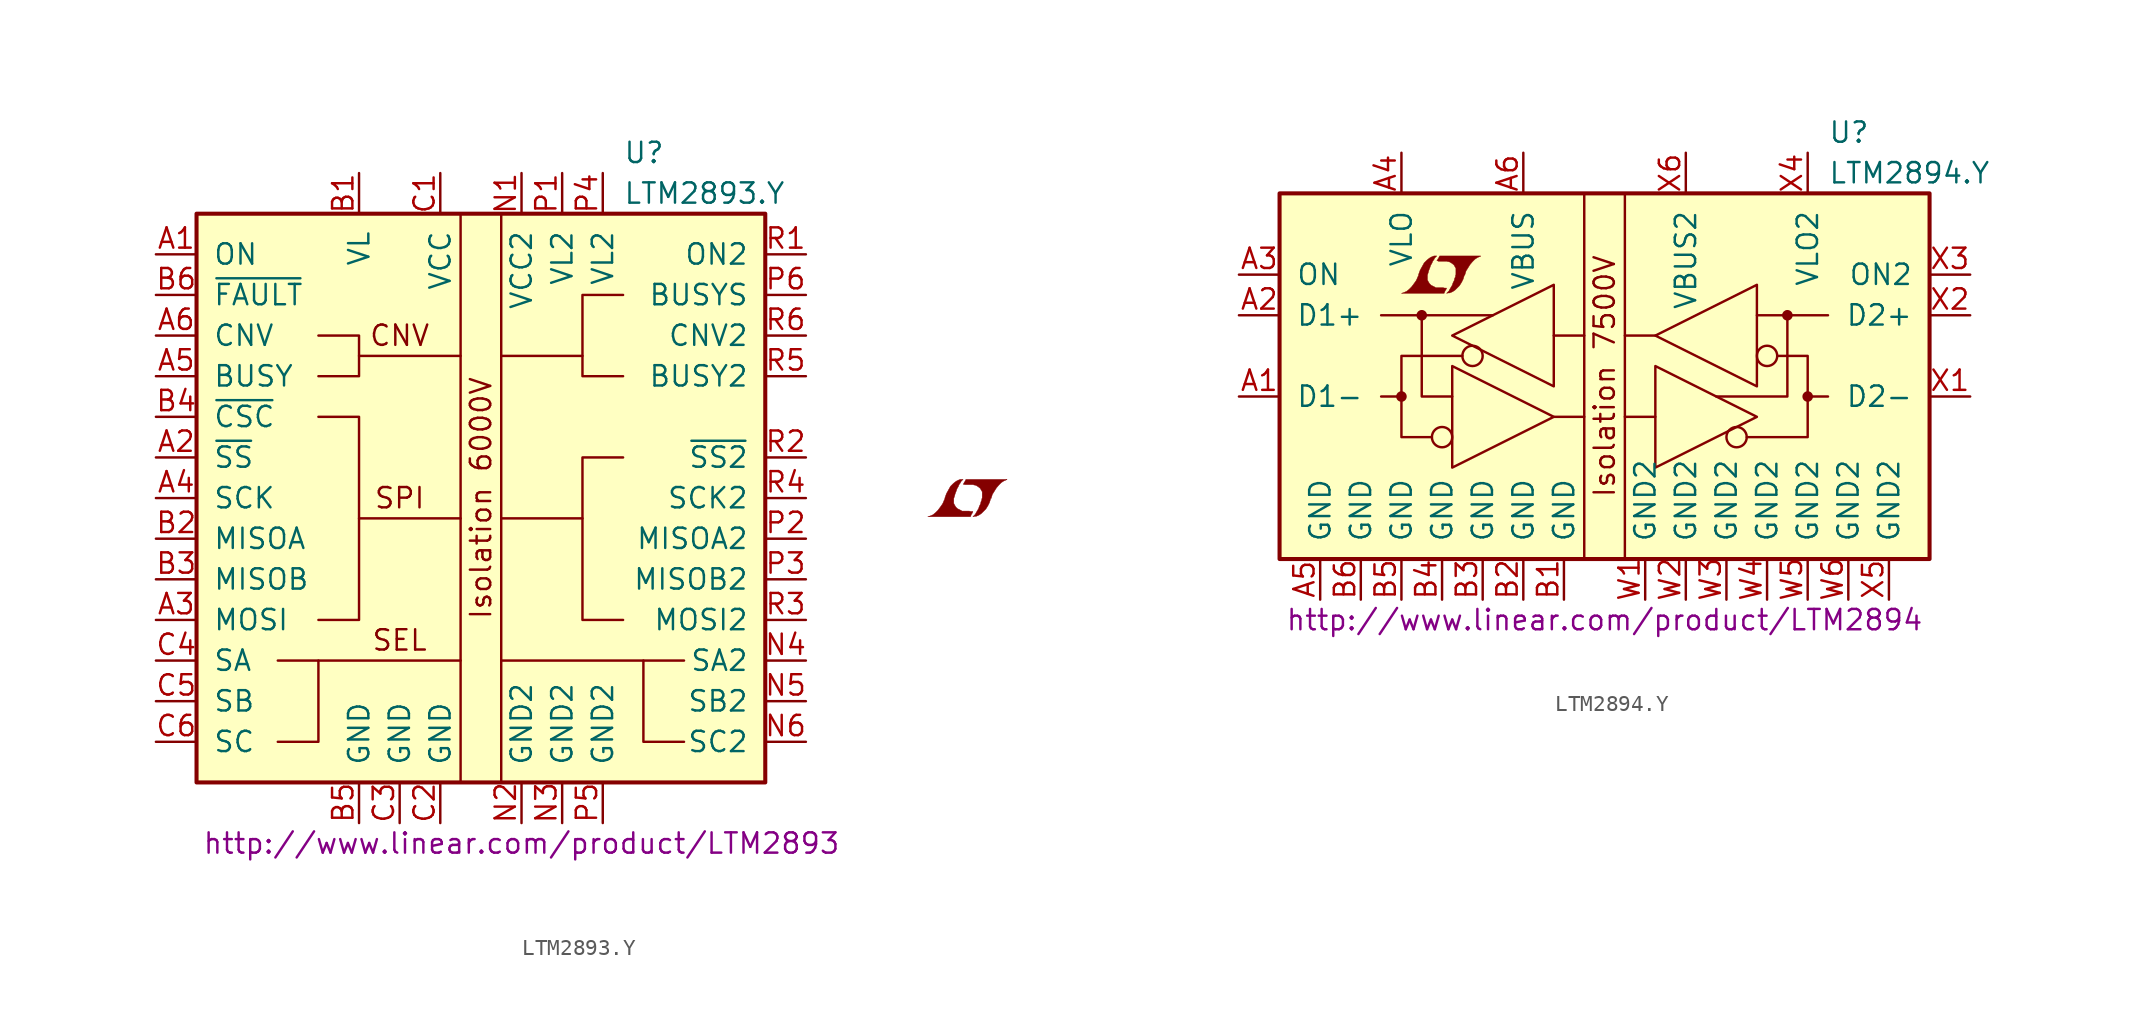
<source format=kicad_sym>
(kicad_symbol_lib
  (version 20201005)
  (generator kicad_symbol_editor)
  (symbol "LTM2893.Y"
    (pin_names
      (offset 1.016))
    (property "Reference" "U"
      (at 8.89 21.59 0)
      (effects (font (size 1.27 1.27)) (justify left)))
    (property "Value" "LTM2893.Y"
      (at 8.89 19.05 0)
      (effects (font (size 1.27 1.27)) (justify left)))
    (property "Datasheet" "http://www.linear.com/product/LTM2893"
      (at 2.54 -21.59 0)
      (effects (font (size 1.27 1.27))))
    (symbol "LTM2893.Y_0_0"
      (text "CNV" (at -5.08 10.16 0) (effects (font (size 1.27 1.27))))
      (text "Isolation 6000V" (at 0 0 900) (effects (font (size 1.27 1.27))))
      (text "SEL" (at -5.08 -8.89 0) (effects (font (size 1.27 1.27))))
      (text "SPI" (at -5.08 0 0) (effects (font (size 1.27 1.27))))
      (polyline (pts (xy -10.16 -10.16) (xy -1.27 -10.16)) (stroke (width 0)) (fill (type none)))
      (polyline (pts (xy -7.62 -1.27) (xy -1.27 -1.27)) (stroke (width 0)) (fill (type none)))
      (polyline (pts (xy -7.62 8.89) (xy -1.27 8.89)) (stroke (width 0)) (fill (type none)))
      (polyline (pts (xy 1.27 -10.16) (xy 10.16 -10.16)) (stroke (width 0)) (fill (type none)))
      (polyline (pts (xy 1.27 -1.27) (xy 6.35 -1.27)) (stroke (width 0)) (fill (type none)))
      (polyline (pts (xy 1.27 8.89) (xy 6.35 8.89)) (stroke (width 0)) (fill (type none)))
      (polyline (pts (xy -12.7 -15.24) (xy -10.16 -15.24) (xy -10.16 -10.16) (xy -12.7 -10.16)) (stroke (width 0)) (fill (type none)))
      (polyline (pts (xy -10.16 -7.62) (xy -7.62 -7.62) (xy -7.62 5.08) (xy -10.16 5.08)) (stroke (width 0)) (fill (type none)))
      (polyline (pts (xy -10.16 7.62) (xy -7.62 7.62) (xy -7.62 10.16) (xy -10.16 10.16)) (stroke (width 0)) (fill (type none)))
      (polyline (pts (xy 8.89 2.54) (xy 6.35 2.54) (xy 6.35 -7.62) (xy 8.89 -7.62)) (stroke (width 0)) (fill (type none)))
      (polyline (pts (xy 8.89 7.62) (xy 6.35 7.62) (xy 6.35 12.7) (xy 8.89 12.7)) (stroke (width 0)) (fill (type none)))
      (polyline (pts (xy 12.7 -10.16) (xy 10.16 -10.16) (xy 10.16 -15.24) (xy 12.7 -15.24)) (stroke (width 0)) (fill (type none)))
      (polyline (pts (xy 30.683 -0.991) (xy 30.709 -0.965) (xy 30.759 -0.864) (xy 30.759 -0.838) (xy 30.632 -0.838) (xy 30.531 -0.813) (xy 30.074 -0.813) (xy 30.048 -0.787) (xy 29.794 -0.66) (xy 29.693 -0.559) (xy 29.616 -0.432) (xy 29.566 -0.33) (xy 29.566 -0.025) (xy 29.616 0.127) (xy 29.642 0.229) (xy 29.667 0.305) (xy 29.718 0.432) (xy 29.769 0.584) (xy 29.845 0.711) (xy 29.896 0.838) (xy 29.972 0.94) (xy 30.023 1.041) (xy 30.15 1.168) (xy 29.972 1.168) (xy 29.845 1.118) (xy 29.743 1.067) (xy 29.667 1.016) (xy 29.54 0.914) (xy 29.362 0.737) (xy 29.108 0.279) (xy 29.007 0) (xy 29.007 -0.051) (xy 28.956 -0.152) (xy 28.905 -0.279) (xy 28.854 -0.381) (xy 28.727 -0.559) (xy 28.575 -0.762) (xy 28.423 -0.914) (xy 28.27 -1.041) (xy 28.092 -1.118) (xy 27.94 -1.168) (xy 30.607 -1.168) (xy 30.683 -0.991)) (stroke (width 0.025)) (fill (type outline)))
      (polyline (pts (xy 30.886 -1.143) (xy 30.963 -1.143) (xy 31.14 -1.067) (xy 31.293 -0.965) (xy 31.572 -0.686) (xy 31.699 -0.483) (xy 31.801 -0.279) (xy 31.877 -0.025) (xy 31.902 -0.025) (xy 31.979 0.229) (xy 32.233 0.635) (xy 32.385 0.813) (xy 32.537 0.965) (xy 32.69 1.067) (xy 32.868 1.143) (xy 32.893 1.143) (xy 32.893 1.168) (xy 30.328 1.168) (xy 30.251 1.016) (xy 30.226 0.991) (xy 30.175 0.889) (xy 30.15 0.864) (xy 30.201 0.864) (xy 30.251 0.838) (xy 30.785 0.838) (xy 30.836 0.813) (xy 30.886 0.813) (xy 30.963 0.787) (xy 31.09 0.711) (xy 31.217 0.61) (xy 31.293 0.483) (xy 31.318 0.432) (xy 31.344 0.406) (xy 31.344 0) (xy 31.318 -0.051) (xy 31.318 -0.127) (xy 31.267 -0.229) (xy 31.242 -0.356) (xy 31.166 -0.508) (xy 31.115 -0.66) (xy 30.963 -0.914) (xy 30.912 -1.016) (xy 30.759 -1.168) (xy 30.886 -1.143)) (stroke (width 0.025)) (fill (type outline))))
    (symbol "LTM2893.Y_0_1"
      (rectangle (start -17.78 17.78) (end 17.78 -17.78) (stroke (width 0.254)) (fill (type background)))
      (rectangle (start -1.27 17.78) (end 1.27 -17.78) (stroke (width 0)) (fill (type none))))
    (symbol "LTM2893.Y_1_1"
      (pin input line (at -20.32 15.24 0) (length 2.54) (name "ON" (effects (font (size 1.27 1.27)))) (number "A1" (effects (font (size 1.27 1.27)))))
      (pin input line (at -20.32 2.54 0) (length 2.54) (name "~SS~" (effects (font (size 1.27 1.27)))) (number "A2" (effects (font (size 1.27 1.27)))))
      (pin input line (at -20.32 -7.62 0) (length 2.54) (name "MOSI" (effects (font (size 1.27 1.27)))) (number "A3" (effects (font (size 1.27 1.27)))))
      (pin input line (at -20.32 0 0) (length 2.54) (name "SCK" (effects (font (size 1.27 1.27)))) (number "A4" (effects (font (size 1.27 1.27)))))
      (pin output line (at -20.32 7.62 0) (length 2.54) (name "BUSY" (effects (font (size 1.27 1.27)))) (number "A5" (effects (font (size 1.27 1.27)))))
      (pin input line (at -20.32 10.16 0) (length 2.54) (name "CNV" (effects (font (size 1.27 1.27)))) (number "A6" (effects (font (size 1.27 1.27)))))
      (pin power_in line (at -7.62 20.32 270) (length 2.54) (name "VL" (effects (font (size 1.27 1.27)))) (number "B1" (effects (font (size 1.27 1.27)))))
      (pin output line (at -20.32 -2.54 0) (length 2.54) (name "MISOA" (effects (font (size 1.27 1.27)))) (number "B2" (effects (font (size 1.27 1.27)))))
      (pin output line (at -20.32 -5.08 0) (length 2.54) (name "MISOB" (effects (font (size 1.27 1.27)))) (number "B3" (effects (font (size 1.27 1.27)))))
      (pin input line (at -20.32 5.08 0) (length 2.54) (name "~CSC~" (effects (font (size 1.27 1.27)))) (number "B4" (effects (font (size 1.27 1.27)))))
      (pin power_in line (at -7.62 -20.32 90) (length 2.54) (name "GND" (effects (font (size 1.27 1.27)))) (number "B5" (effects (font (size 1.27 1.27)))))
      (pin open_collector line (at -20.32 12.7 0) (length 2.54) (name "~FAULT~" (effects (font (size 1.27 1.27)))) (number "B6" (effects (font (size 1.27 1.27)))))
      (pin power_in line (at -2.54 20.32 270) (length 2.54) (name "VCC" (effects (font (size 1.27 1.27)))) (number "C1" (effects (font (size 1.27 1.27)))))
      (pin power_in line (at -2.54 -20.32 90) (length 2.54) (name "GND" (effects (font (size 1.27 1.27)))) (number "C2" (effects (font (size 1.27 1.27)))))
      (pin power_in line (at -5.08 -20.32 90) (length 2.54) (name "GND" (effects (font (size 1.27 1.27)))) (number "C3" (effects (font (size 1.27 1.27)))))
      (pin input line (at -20.32 -10.16 0) (length 2.54) (name "SA" (effects (font (size 1.27 1.27)))) (number "C4" (effects (font (size 1.27 1.27)))))
      (pin input line (at -20.32 -12.7 0) (length 2.54) (name "SB" (effects (font (size 1.27 1.27)))) (number "C5" (effects (font (size 1.27 1.27)))))
      (pin input line (at -20.32 -15.24 0) (length 2.54) (name "SC" (effects (font (size 1.27 1.27)))) (number "C6" (effects (font (size 1.27 1.27)))))
      (pin power_out line (at 2.54 20.32 270) (length 2.54) (name "VCC2" (effects (font (size 1.27 1.27)))) (number "N1" (effects (font (size 1.27 1.27)))))
      (pin power_out line (at 2.54 -20.32 90) (length 2.54) (name "GND2" (effects (font (size 1.27 1.27)))) (number "N2" (effects (font (size 1.27 1.27)))))
      (pin power_in line (at 5.08 -20.32 90) (length 2.54) (name "GND2" (effects (font (size 1.27 1.27)))) (number "N3" (effects (font (size 1.27 1.27)))))
      (pin output line (at 20.32 -10.16 180) (length 2.54) (name "SA2" (effects (font (size 1.27 1.27)))) (number "N4" (effects (font (size 1.27 1.27)))))
      (pin output line (at 20.32 -12.7 180) (length 2.54) (name "SB2" (effects (font (size 1.27 1.27)))) (number "N5" (effects (font (size 1.27 1.27)))))
      (pin output line (at 20.32 -15.24 180) (length 2.54) (name "SC2" (effects (font (size 1.27 1.27)))) (number "N6" (effects (font (size 1.27 1.27)))))
      (pin power_in line (at 5.08 20.32 270) (length 2.54) (name "VL2" (effects (font (size 1.27 1.27)))) (number "P1" (effects (font (size 1.27 1.27)))))
      (pin input line (at 20.32 -2.54 180) (length 2.54) (name "MISOA2" (effects (font (size 1.27 1.27)))) (number "P2" (effects (font (size 1.27 1.27)))))
      (pin input line (at 20.32 -5.08 180) (length 2.54) (name "MISOB2" (effects (font (size 1.27 1.27)))) (number "P3" (effects (font (size 1.27 1.27)))))
      (pin power_in line (at 7.62 20.32 270) (length 2.54) (name "VL2" (effects (font (size 1.27 1.27)))) (number "P4" (effects (font (size 1.27 1.27)))))
      (pin power_in line (at 7.62 -20.32 90) (length 2.54) (name "GND2" (effects (font (size 1.27 1.27)))) (number "P5" (effects (font (size 1.27 1.27)))))
      (pin input line (at 20.32 12.7 180) (length 2.54) (name "BUSYS" (effects (font (size 1.27 1.27)))) (number "P6" (effects (font (size 1.27 1.27)))))
      (pin input line (at 20.32 15.24 180) (length 2.54) (name "ON2" (effects (font (size 1.27 1.27)))) (number "R1" (effects (font (size 1.27 1.27)))))
      (pin output line (at 20.32 2.54 180) (length 2.54) (name "~SS2~" (effects (font (size 1.27 1.27)))) (number "R2" (effects (font (size 1.27 1.27)))))
      (pin output line (at 20.32 -7.62 180) (length 2.54) (name "MOSI2" (effects (font (size 1.27 1.27)))) (number "R3" (effects (font (size 1.27 1.27)))))
      (pin output line (at 20.32 0 180) (length 2.54) (name "SCK2" (effects (font (size 1.27 1.27)))) (number "R4" (effects (font (size 1.27 1.27)))))
      (pin input line (at 20.32 7.62 180) (length 2.54) (name "BUSY2" (effects (font (size 1.27 1.27)))) (number "R5" (effects (font (size 1.27 1.27)))))
      (pin output line (at 20.32 10.16 180) (length 2.54) (name "CNV2" (effects (font (size 1.27 1.27)))) (number "R6" (effects (font (size 1.27 1.27)))))))
  (symbol "LTM2894.Y"
    (pin_names
      (offset 1.016))
    (property "Reference" "U"
      (at 13.97 16.51 0)
      (effects (font (size 1.27 1.27)) (justify left)))
    (property "Value" "LTM2894.Y"
      (at 13.97 13.97 0)
      (effects (font (size 1.27 1.27)) (justify left)))
    (property "Datasheet" "http://www.linear.com/product/LTM2894"
      (at 0 -13.97 0)
      (effects (font (size 1.27 1.27))))
    (symbol "LTM2894.Y_0_0"
      (text "Isolation 7500V" (at 0 1.27 900) (effects (font (size 1.27 1.27))))
      (polyline (pts (xy -9.957 6.629) (xy -9.931 6.655) (xy -9.881 6.756) (xy -9.881 6.782) (xy -10.008 6.782) (xy -10.109 6.807) (xy -10.566 6.807) (xy -10.592 6.833) (xy -10.846 6.96) (xy -10.947 7.061) (xy -11.024 7.188) (xy -11.074 7.29) (xy -11.074 7.595) (xy -11.024 7.747) (xy -10.998 7.849) (xy -10.973 7.925) (xy -10.922 8.052) (xy -10.871 8.204) (xy -10.795 8.331) (xy -10.744 8.458) (xy -10.668 8.56) (xy -10.617 8.661) (xy -10.49 8.788) (xy -10.668 8.788) (xy -10.795 8.738) (xy -10.897 8.687) (xy -10.973 8.636) (xy -11.1 8.534) (xy -11.278 8.357) (xy -11.532 7.899) (xy -11.633 7.62) (xy -11.633 7.569) (xy -11.684 7.468) (xy -11.735 7.341) (xy -11.786 7.239) (xy -11.913 7.061) (xy -12.065 6.858) (xy -12.217 6.706) (xy -12.37 6.579) (xy -12.548 6.502) (xy -12.7 6.452) (xy -10.033 6.452) (xy -9.957 6.629)) (stroke (width 0.025)) (fill (type outline)))
      (polyline (pts (xy -9.754 6.477) (xy -9.677 6.477) (xy -9.5 6.553) (xy -9.347 6.655) (xy -9.068 6.934) (xy -8.941 7.137) (xy -8.839 7.341) (xy -8.763 7.595) (xy -8.738 7.595) (xy -8.661 7.849) (xy -8.407 8.255) (xy -8.255 8.433) (xy -8.103 8.585) (xy -7.95 8.687) (xy -7.772 8.763) (xy -7.747 8.763) (xy -7.747 8.788) (xy -10.312 8.788) (xy -10.389 8.636) (xy -10.414 8.611) (xy -10.465 8.509) (xy -10.49 8.484) (xy -10.439 8.484) (xy -10.389 8.458) (xy -9.855 8.458) (xy -9.804 8.433) (xy -9.754 8.433) (xy -9.677 8.407) (xy -9.55 8.331) (xy -9.423 8.23) (xy -9.347 8.103) (xy -9.322 8.052) (xy -9.296 8.026) (xy -9.296 7.62) (xy -9.322 7.569) (xy -9.322 7.493) (xy -9.373 7.391) (xy -9.398 7.264) (xy -9.474 7.112) (xy -9.525 6.96) (xy -9.677 6.706) (xy -9.728 6.604) (xy -9.881 6.452) (xy -9.754 6.477)) (stroke (width 0.025)) (fill (type outline))))
    (symbol "LTM2894.Y_0_1"
      (circle (center -12.7 0) (radius 0.254) (stroke (width 0)) (fill (type outline)))
      (circle (center -11.43 5.08) (radius 0.254) (stroke (width 0)) (fill (type outline)))
      (circle (center -10.16 -2.54) (radius 0.635) (stroke (width 0)) (fill (type none)))
      (circle (center -8.255 2.54) (radius 0.635) (stroke (width 0)) (fill (type none)))
      (circle (center 8.255 -2.54) (radius 0.635) (stroke (width 0)) (fill (type none)))
      (circle (center 10.16 2.54) (radius 0.635) (stroke (width 0)) (fill (type none)))
      (circle (center 11.43 5.08) (radius 0.254) (stroke (width 0)) (fill (type outline)))
      (circle (center 12.7 0) (radius 0.254) (stroke (width 0)) (fill (type outline)))
      (rectangle (start -20.32 12.7) (end 20.32 -10.16) (stroke (width 0.254)) (fill (type background)))
      (rectangle (start -1.27 12.7) (end 1.27 -10.16) (stroke (width 0)) (fill (type none)))
      (polyline (pts (xy -13.97 5.08) (xy -6.985 5.08)) (stroke (width 0)) (fill (type none)))
      (polyline (pts (xy -12.7 0) (xy -13.97 0)) (stroke (width 0)) (fill (type none)))
      (polyline (pts (xy -3.175 -1.27) (xy -1.27 -1.27)) (stroke (width 0)) (fill (type none)))
      (polyline (pts (xy -3.175 3.81) (xy -1.27 3.81)) (stroke (width 0)) (fill (type none)))
      (polyline (pts (xy 3.175 -1.27) (xy 1.27 -1.27)) (stroke (width 0)) (fill (type none)))
      (polyline (pts (xy 3.175 3.81) (xy 1.27 3.81)) (stroke (width 0)) (fill (type none)))
      (polyline (pts (xy 12.7 0) (xy 13.97 0)) (stroke (width 0)) (fill (type none)))
      (polyline (pts (xy 13.97 5.08) (xy 9.525 5.08)) (stroke (width 0)) (fill (type none)))
      (polyline (pts (xy -11.43 5.08) (xy -11.43 0) (xy -9.525 0)) (stroke (width 0)) (fill (type none)))
      (polyline (pts (xy 11.43 5.08) (xy 11.43 0) (xy 6.985 0)) (stroke (width 0)) (fill (type none)))
      (polyline (pts (xy -8.89 2.54) (xy -12.7 2.54) (xy -12.7 -2.54) (xy -10.795 -2.54)) (stroke (width 0)) (fill (type none)))
      (polyline (pts (xy -3.175 -1.27) (xy -9.525 1.905) (xy -9.525 -4.445) (xy -3.175 -1.27)) (stroke (width 0)) (fill (type none)))
      (polyline (pts (xy -3.175 0.635) (xy -3.175 6.985) (xy -9.525 3.81) (xy -3.175 0.635)) (stroke (width 0)) (fill (type none)))
      (polyline (pts (xy 3.175 -4.445) (xy 3.175 1.905) (xy 9.525 -1.27) (xy 3.175 -4.445)) (stroke (width 0)) (fill (type none)))
      (polyline (pts (xy 3.175 3.81) (xy 9.525 6.985) (xy 9.525 0.635) (xy 3.175 3.81)) (stroke (width 0)) (fill (type none)))
      (polyline (pts (xy 10.795 2.54) (xy 12.7 2.54) (xy 12.7 -2.54) (xy 8.89 -2.54)) (stroke (width 0)) (fill (type none))))
    (symbol "LTM2894.Y_1_1"
      (pin passive line (at -22.86 0 0) (length 2.54) (name "D1-" (effects (font (size 1.27 1.27)))) (number "A1" (effects (font (size 1.27 1.27)))))
      (pin passive line (at -22.86 5.08 0) (length 2.54) (name "D1+" (effects (font (size 1.27 1.27)))) (number "A2" (effects (font (size 1.27 1.27)))))
      (pin input line (at -22.86 7.62 0) (length 2.54) (name "ON" (effects (font (size 1.27 1.27)))) (number "A3" (effects (font (size 1.27 1.27)))))
      (pin power_in line (at -12.7 15.24 270) (length 2.54) (name "VLO" (effects (font (size 1.27 1.27)))) (number "A4" (effects (font (size 1.27 1.27)))))
      (pin power_in line (at -17.78 -12.7 90) (length 2.54) (name "GND" (effects (font (size 1.27 1.27)))) (number "A5" (effects (font (size 1.27 1.27)))))
      (pin power_in line (at -5.08 15.24 270) (length 2.54) (name "VBUS" (effects (font (size 1.27 1.27)))) (number "A6" (effects (font (size 1.27 1.27)))))
      (pin power_in line (at -2.54 -12.7 90) (length 2.54) (name "GND" (effects (font (size 1.27 1.27)))) (number "B1" (effects (font (size 1.27 1.27)))))
      (pin power_in line (at -5.08 -12.7 90) (length 2.54) (name "GND" (effects (font (size 1.27 1.27)))) (number "B2" (effects (font (size 1.27 1.27)))))
      (pin power_in line (at -7.62 -12.7 90) (length 2.54) (name "GND" (effects (font (size 1.27 1.27)))) (number "B3" (effects (font (size 1.27 1.27)))))
      (pin power_in line (at -10.16 -12.7 90) (length 2.54) (name "GND" (effects (font (size 1.27 1.27)))) (number "B4" (effects (font (size 1.27 1.27)))))
      (pin power_in line (at -12.7 -12.7 90) (length 2.54) (name "GND" (effects (font (size 1.27 1.27)))) (number "B5" (effects (font (size 1.27 1.27)))))
      (pin power_in line (at -15.24 -12.7 90) (length 2.54) (name "GND" (effects (font (size 1.27 1.27)))) (number "B6" (effects (font (size 1.27 1.27)))))
      (pin power_out line (at 2.54 -12.7 90) (length 2.54) (name "GND2" (effects (font (size 1.27 1.27)))) (number "W1" (effects (font (size 1.27 1.27)))))
      (pin power_in line (at 5.08 -12.7 90) (length 2.54) (name "GND2" (effects (font (size 1.27 1.27)))) (number "W2" (effects (font (size 1.27 1.27)))))
      (pin power_in line (at 7.62 -12.7 90) (length 2.54) (name "GND2" (effects (font (size 1.27 1.27)))) (number "W3" (effects (font (size 1.27 1.27)))))
      (pin power_in line (at 10.16 -12.7 90) (length 2.54) (name "GND2" (effects (font (size 1.27 1.27)))) (number "W4" (effects (font (size 1.27 1.27)))))
      (pin power_in line (at 12.7 -12.7 90) (length 2.54) (name "GND2" (effects (font (size 1.27 1.27)))) (number "W5" (effects (font (size 1.27 1.27)))))
      (pin power_in line (at 15.24 -12.7 90) (length 2.54) (name "GND2" (effects (font (size 1.27 1.27)))) (number "W6" (effects (font (size 1.27 1.27)))))
      (pin passive line (at 22.86 0 180) (length 2.54) (name "D2-" (effects (font (size 1.27 1.27)))) (number "X1" (effects (font (size 1.27 1.27)))))
      (pin passive line (at 22.86 5.08 180) (length 2.54) (name "D2+" (effects (font (size 1.27 1.27)))) (number "X2" (effects (font (size 1.27 1.27)))))
      (pin input line (at 22.86 7.62 180) (length 2.54) (name "ON2" (effects (font (size 1.27 1.27)))) (number "X3" (effects (font (size 1.27 1.27)))))
      (pin power_in line (at 12.7 15.24 270) (length 2.54) (name "VLO2" (effects (font (size 1.27 1.27)))) (number "X4" (effects (font (size 1.27 1.27)))))
      (pin power_in line (at 17.78 -12.7 90) (length 2.54) (name "GND2" (effects (font (size 1.27 1.27)))) (number "X5" (effects (font (size 1.27 1.27)))))
      (pin power_in line (at 5.08 15.24 270) (length 2.54) (name "VBUS2" (effects (font (size 1.27 1.27)))) (number "X6" (effects (font (size 1.27 1.27))))))))
</source>
